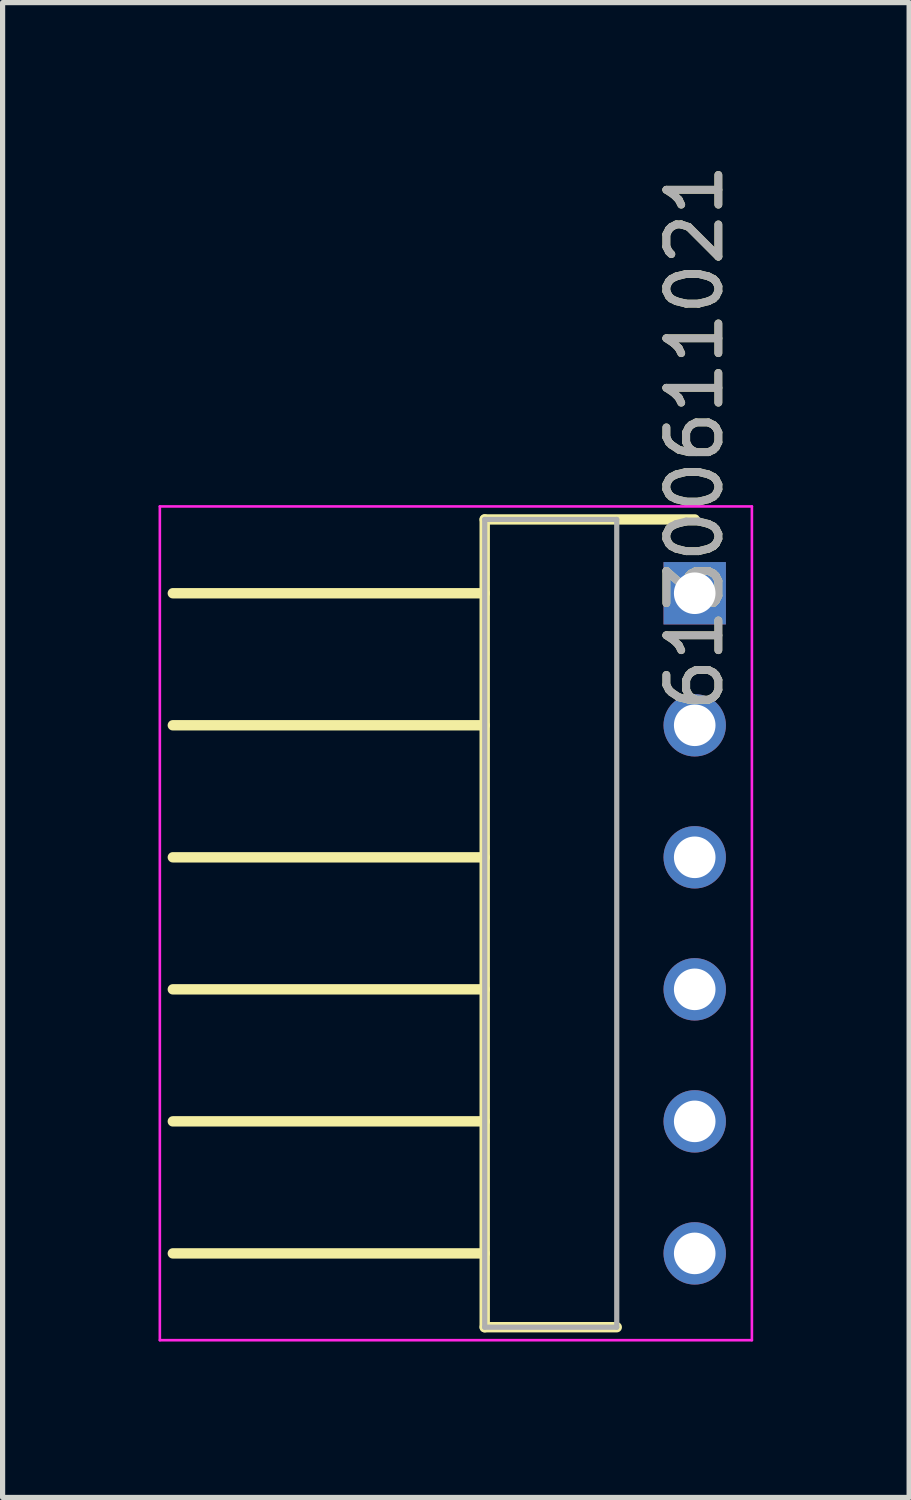
<source format=kicad_pcb>
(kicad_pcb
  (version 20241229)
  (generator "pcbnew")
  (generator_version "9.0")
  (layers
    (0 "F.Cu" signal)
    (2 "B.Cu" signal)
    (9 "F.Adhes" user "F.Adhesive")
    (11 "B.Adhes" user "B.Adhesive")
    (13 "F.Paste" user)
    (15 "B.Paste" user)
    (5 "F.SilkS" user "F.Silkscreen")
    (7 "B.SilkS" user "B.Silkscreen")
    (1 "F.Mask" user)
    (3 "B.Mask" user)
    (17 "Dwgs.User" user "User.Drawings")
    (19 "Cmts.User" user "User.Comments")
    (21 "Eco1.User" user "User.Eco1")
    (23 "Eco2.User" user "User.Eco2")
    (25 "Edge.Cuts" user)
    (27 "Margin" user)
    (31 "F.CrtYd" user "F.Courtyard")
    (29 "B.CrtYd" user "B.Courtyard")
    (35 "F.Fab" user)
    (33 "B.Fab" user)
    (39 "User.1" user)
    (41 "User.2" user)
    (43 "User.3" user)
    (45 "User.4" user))
  (footprint "61300611021"
    (layer "F.Cu")
    (at 10.315 8.363)
    (property "Reference" "61300611021" (at 0 -3 270) (layer "F.SilkS") (effects (font (size 1 1) (thickness 0.15))))
    (attr through_hole)
    (fp_line (start -4.04 -1.42) (end -4.04 14.12) (stroke (width 0.2) (type solid)) (layer "F.SilkS"))
    (fp_line (start -4.04 0) (end -10.04 0) (stroke (width 0.2) (type solid)) (layer "F.SilkS"))
    (fp_line (start -4.04 2.54) (end -10.04 2.54) (stroke (width 0.2) (type solid)) (layer "F.SilkS"))
    (fp_line (start -4.04 5.08) (end -10.04 5.08) (stroke (width 0.2) (type solid)) (layer "F.SilkS"))
    (fp_line (start -4.04 7.62) (end -10.04 7.62) (stroke (width 0.2) (type solid)) (layer "F.SilkS"))
    (fp_line (start -4.04 10.16) (end -10.04 10.16) (stroke (width 0.2) (type solid)) (layer "F.SilkS"))
    (fp_line (start -4.04 12.7) (end -10.04 12.7) (stroke (width 0.2) (type solid)) (layer "F.SilkS"))
    (fp_line (start -4.04 14.12) (end -1.5 14.12) (stroke (width 0.2) (type solid)) (layer "F.SilkS"))
    (fp_line (start 0 -1.42) (end -4.04 -1.42) (stroke (width 0.2) (type solid)) (layer "F.SilkS"))
    (fp_line (start -10.29 -1.67) (end 1.1 -1.67) (stroke (width 0.05) (type solid)) (layer "F.CrtYd"))
    (fp_line (start -10.29 14.37) (end -10.29 -1.67) (stroke (width 0.05) (type solid)) (layer "F.CrtYd"))
    (fp_line (start 1.1 -1.67) (end 1.1 14.37) (stroke (width 0.05) (type solid)) (layer "F.CrtYd"))
    (fp_line (start 1.1 14.37) (end -10.29 14.37) (stroke (width 0.05) (type solid)) (layer "F.CrtYd"))
    (fp_line (start -4.04 -1.42) (end -4.04 14.12) (stroke (width 0.1) (type solid)) (layer "F.Fab"))
    (fp_line (start -4.04 14.12) (end -1.5 14.12) (stroke (width 0.1) (type solid)) (layer "F.Fab"))
    (fp_line (start -1.5 -1.42) (end -4.04 -1.42) (stroke (width 0.1) (type solid)) (layer "F.Fab"))
    (fp_line (start -1.5 14.12) (end -1.5 -1.42) (stroke (width 0.1) (type solid)) (layer "F.Fab"))
    (fp_text user "${REFERENCE}" (at 0 -3 270) (layer "F.Fab") (effects (font (size 1 1) (thickness 0.15))))
    (pad "1" thru_hole rect (at 0 0 90) (size 1.2 1.2) (drill 0.8) (layers "*.Cu" "*.Mask"))
    (pad "2" thru_hole circle (at 0 2.54 90) (size 1.2 1.2) (drill 0.8) (layers "*.Cu" "*.Mask"))
    (pad "3" thru_hole circle (at 0 5.08 90) (size 1.2 1.2) (drill 0.8) (layers "*.Cu" "*.Mask"))
    (pad "4" thru_hole circle (at 0 7.62 90) (size 1.2 1.2) (drill 0.8) (layers "*.Cu" "*.Mask"))
    (pad "5" thru_hole circle (at 0 10.16 90) (size 1.2 1.2) (drill 0.8) (layers "*.Cu" "*.Mask"))
    (pad "6" thru_hole circle (at 0 12.7 90) (size 1.2 1.2) (drill 0.8) (layers "*.Cu" "*.Mask")))
  (gr_rect
    (start -3 -3)
    (end 14.44 25.758)
    (stroke (width 0.1) (type default))
    (fill no)
    (layer "Edge.Cuts")))
</source>
